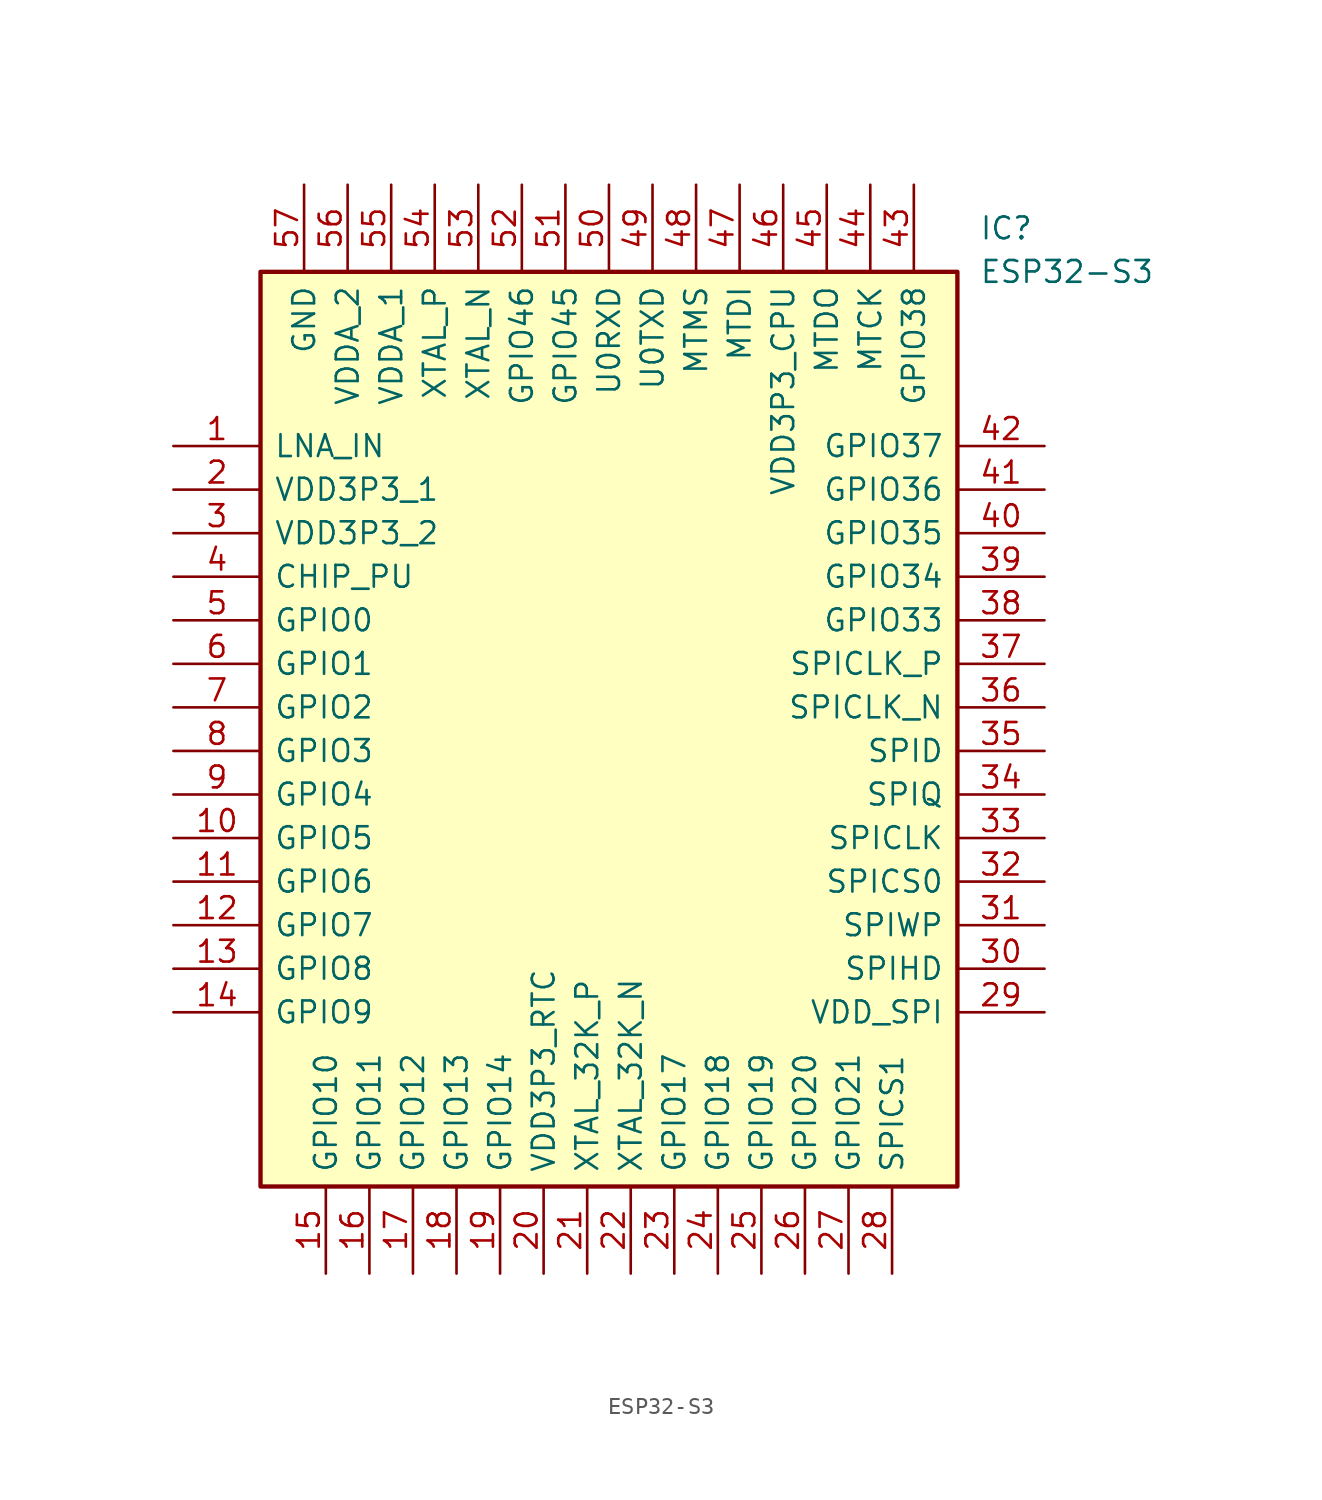
<source format=kicad_sym>
(kicad_symbol_lib
  (version 20211014)
  (generator kicad_symbol_editor)
  (symbol "ESP32-S3"
    (pin_names
      (offset 0.762))
    (property "Reference" "IC"
      (at 21.59 29.21 0)
      (effects (font (size 1.27 1.27)) (justify left)))
    (property "Value" "ESP32-S3"
      (at 21.59 26.67 0)
      (effects (font (size 1.27 1.27)) (justify left)))
    (symbol "ESP32-S3_0_0"
      (pin bidirectional line (at -25.4 16.51 0) (length 5.08) (name "LNA_IN" (effects (font (size 1.27 1.27)))) (number "1" (effects (font (size 1.27 1.27)))))
      (pin bidirectional line (at -25.4 -6.35 0) (length 5.08) (name "GPIO5" (effects (font (size 1.27 1.27)))) (number "10" (effects (font (size 1.27 1.27)))))
      (pin bidirectional line (at -25.4 -8.89 0) (length 5.08) (name "GPIO6" (effects (font (size 1.27 1.27)))) (number "11" (effects (font (size 1.27 1.27)))))
      (pin bidirectional line (at -25.4 -11.43 0) (length 5.08) (name "GPIO7" (effects (font (size 1.27 1.27)))) (number "12" (effects (font (size 1.27 1.27)))))
      (pin bidirectional line (at -25.4 -13.97 0) (length 5.08) (name "GPIO8" (effects (font (size 1.27 1.27)))) (number "13" (effects (font (size 1.27 1.27)))))
      (pin bidirectional line (at -25.4 -16.51 0) (length 5.08) (name "GPIO9" (effects (font (size 1.27 1.27)))) (number "14" (effects (font (size 1.27 1.27)))))
      (pin bidirectional line (at -16.51 -31.75 90) (length 5.08) (name "GPIO10" (effects (font (size 1.27 1.27)))) (number "15" (effects (font (size 1.27 1.27)))))
      (pin bidirectional line (at -13.97 -31.75 90) (length 5.08) (name "GPIO11" (effects (font (size 1.27 1.27)))) (number "16" (effects (font (size 1.27 1.27)))))
      (pin bidirectional line (at -11.43 -31.75 90) (length 5.08) (name "GPIO12" (effects (font (size 1.27 1.27)))) (number "17" (effects (font (size 1.27 1.27)))))
      (pin bidirectional line (at -8.89 -31.75 90) (length 5.08) (name "GPIO13" (effects (font (size 1.27 1.27)))) (number "18" (effects (font (size 1.27 1.27)))))
      (pin bidirectional line (at -6.35 -31.75 90) (length 5.08) (name "GPIO14" (effects (font (size 1.27 1.27)))) (number "19" (effects (font (size 1.27 1.27)))))
      (pin power_in line (at -25.4 13.97 0) (length 5.08) (name "VDD3P3_1" (effects (font (size 1.27 1.27)))) (number "2" (effects (font (size 1.27 1.27)))))
      (pin power_in line (at -3.81 -31.75 90) (length 5.08) (name "VDD3P3_RTC" (effects (font (size 1.27 1.27)))) (number "20" (effects (font (size 1.27 1.27)))))
      (pin bidirectional line (at -1.27 -31.75 90) (length 5.08) (name "XTAL_32K_P" (effects (font (size 1.27 1.27)))) (number "21" (effects (font (size 1.27 1.27)))))
      (pin bidirectional line (at 1.27 -31.75 90) (length 5.08) (name "XTAL_32K_N" (effects (font (size 1.27 1.27)))) (number "22" (effects (font (size 1.27 1.27)))))
      (pin bidirectional line (at 3.81 -31.75 90) (length 5.08) (name "GPIO17" (effects (font (size 1.27 1.27)))) (number "23" (effects (font (size 1.27 1.27)))))
      (pin bidirectional line (at 6.35 -31.75 90) (length 5.08) (name "GPIO18" (effects (font (size 1.27 1.27)))) (number "24" (effects (font (size 1.27 1.27)))))
      (pin bidirectional line (at 8.89 -31.75 90) (length 5.08) (name "GPIO19" (effects (font (size 1.27 1.27)))) (number "25" (effects (font (size 1.27 1.27)))))
      (pin bidirectional line (at 11.43 -31.75 90) (length 5.08) (name "GPIO20" (effects (font (size 1.27 1.27)))) (number "26" (effects (font (size 1.27 1.27)))))
      (pin bidirectional line (at 13.97 -31.75 90) (length 5.08) (name "GPIO21" (effects (font (size 1.27 1.27)))) (number "27" (effects (font (size 1.27 1.27)))))
      (pin bidirectional line (at 16.51 -31.75 90) (length 5.08) (name "SPICS1" (effects (font (size 1.27 1.27)))) (number "28" (effects (font (size 1.27 1.27)))))
      (pin power_out line (at 25.4 -16.51 180) (length 5.08) (name "VDD_SPI" (effects (font (size 1.27 1.27)))) (number "29" (effects (font (size 1.27 1.27)))))
      (pin power_in line (at -25.4 11.43 0) (length 5.08) (name "VDD3P3_2" (effects (font (size 1.27 1.27)))) (number "3" (effects (font (size 1.27 1.27)))))
      (pin bidirectional line (at 25.4 -13.97 180) (length 5.08) (name "SPIHD" (effects (font (size 1.27 1.27)))) (number "30" (effects (font (size 1.27 1.27)))))
      (pin bidirectional line (at 25.4 -11.43 180) (length 5.08) (name "SPIWP" (effects (font (size 1.27 1.27)))) (number "31" (effects (font (size 1.27 1.27)))))
      (pin bidirectional line (at 25.4 -8.89 180) (length 5.08) (name "SPICS0" (effects (font (size 1.27 1.27)))) (number "32" (effects (font (size 1.27 1.27)))))
      (pin bidirectional line (at 25.4 -6.35 180) (length 5.08) (name "SPICLK" (effects (font (size 1.27 1.27)))) (number "33" (effects (font (size 1.27 1.27)))))
      (pin bidirectional line (at 25.4 -3.81 180) (length 5.08) (name "SPIQ" (effects (font (size 1.27 1.27)))) (number "34" (effects (font (size 1.27 1.27)))))
      (pin bidirectional line (at 25.4 -1.27 180) (length 5.08) (name "SPID" (effects (font (size 1.27 1.27)))) (number "35" (effects (font (size 1.27 1.27)))))
      (pin bidirectional line (at 25.4 1.27 180) (length 5.08) (name "SPICLK_N" (effects (font (size 1.27 1.27)))) (number "36" (effects (font (size 1.27 1.27)))))
      (pin bidirectional line (at 25.4 3.81 180) (length 5.08) (name "SPICLK_P" (effects (font (size 1.27 1.27)))) (number "37" (effects (font (size 1.27 1.27)))))
      (pin bidirectional line (at 25.4 6.35 180) (length 5.08) (name "GPIO33" (effects (font (size 1.27 1.27)))) (number "38" (effects (font (size 1.27 1.27)))))
      (pin bidirectional line (at 25.4 8.89 180) (length 5.08) (name "GPIO34" (effects (font (size 1.27 1.27)))) (number "39" (effects (font (size 1.27 1.27)))))
      (pin input line (at -25.4 8.89 0) (length 5.08) (name "CHIP_PU" (effects (font (size 1.27 1.27)))) (number "4" (effects (font (size 1.27 1.27)))))
      (pin bidirectional line (at 25.4 11.43 180) (length 5.08) (name "GPIO35" (effects (font (size 1.27 1.27)))) (number "40" (effects (font (size 1.27 1.27)))))
      (pin bidirectional line (at 25.4 13.97 180) (length 5.08) (name "GPIO36" (effects (font (size 1.27 1.27)))) (number "41" (effects (font (size 1.27 1.27)))))
      (pin bidirectional line (at 25.4 16.51 180) (length 5.08) (name "GPIO37" (effects (font (size 1.27 1.27)))) (number "42" (effects (font (size 1.27 1.27)))))
      (pin bidirectional line (at 17.78 31.75 270) (length 5.08) (name "GPIO38" (effects (font (size 1.27 1.27)))) (number "43" (effects (font (size 1.27 1.27)))))
      (pin bidirectional line (at 15.24 31.75 270) (length 5.08) (name "MTCK" (effects (font (size 1.27 1.27)))) (number "44" (effects (font (size 1.27 1.27)))))
      (pin bidirectional line (at 12.7 31.75 270) (length 5.08) (name "MTDO" (effects (font (size 1.27 1.27)))) (number "45" (effects (font (size 1.27 1.27)))))
      (pin power_in line (at 10.16 31.75 270) (length 5.08) (name "VDD3P3_CPU" (effects (font (size 1.27 1.27)))) (number "46" (effects (font (size 1.27 1.27)))))
      (pin bidirectional line (at 7.62 31.75 270) (length 5.08) (name "MTDI" (effects (font (size 1.27 1.27)))) (number "47" (effects (font (size 1.27 1.27)))))
      (pin bidirectional line (at 5.08 31.75 270) (length 5.08) (name "MTMS" (effects (font (size 1.27 1.27)))) (number "48" (effects (font (size 1.27 1.27)))))
      (pin bidirectional line (at 2.54 31.75 270) (length 5.08) (name "U0TXD" (effects (font (size 1.27 1.27)))) (number "49" (effects (font (size 1.27 1.27)))))
      (pin bidirectional line (at -25.4 6.35 0) (length 5.08) (name "GPIO0" (effects (font (size 1.27 1.27)))) (number "5" (effects (font (size 1.27 1.27)))))
      (pin bidirectional line (at 0 31.75 270) (length 5.08) (name "U0RXD" (effects (font (size 1.27 1.27)))) (number "50" (effects (font (size 1.27 1.27)))))
      (pin bidirectional line (at -2.54 31.75 270) (length 5.08) (name "GPIO45" (effects (font (size 1.27 1.27)))) (number "51" (effects (font (size 1.27 1.27)))))
      (pin passive line (at -5.08 31.75 270) (length 5.08) (name "GPIO46" (effects (font (size 1.27 1.27)))) (number "52" (effects (font (size 1.27 1.27)))))
      (pin output line (at -7.62 31.75 270) (length 5.08) (name "XTAL_N" (effects (font (size 1.27 1.27)))) (number "53" (effects (font (size 1.27 1.27)))))
      (pin input line (at -10.16 31.75 270) (length 5.08) (name "XTAL_P" (effects (font (size 1.27 1.27)))) (number "54" (effects (font (size 1.27 1.27)))))
      (pin power_in line (at -12.7 31.75 270) (length 5.08) (name "VDDA_1" (effects (font (size 1.27 1.27)))) (number "55" (effects (font (size 1.27 1.27)))))
      (pin power_in line (at -15.24 31.75 270) (length 5.08) (name "VDDA_2" (effects (font (size 1.27 1.27)))) (number "56" (effects (font (size 1.27 1.27)))))
      (pin power_in line (at -17.78 31.75 270) (length 5.08) (name "GND" (effects (font (size 1.27 1.27)))) (number "57" (effects (font (size 1.27 1.27)))))
      (pin bidirectional line (at -25.4 3.81 0) (length 5.08) (name "GPIO1" (effects (font (size 1.27 1.27)))) (number "6" (effects (font (size 1.27 1.27)))))
      (pin bidirectional line (at -25.4 1.27 0) (length 5.08) (name "GPIO2" (effects (font (size 1.27 1.27)))) (number "7" (effects (font (size 1.27 1.27)))))
      (pin bidirectional line (at -25.4 -1.27 0) (length 5.08) (name "GPIO3" (effects (font (size 1.27 1.27)))) (number "8" (effects (font (size 1.27 1.27)))))
      (pin bidirectional line (at -25.4 -3.81 0) (length 5.08) (name "GPIO4" (effects (font (size 1.27 1.27)))) (number "9" (effects (font (size 1.27 1.27))))))
    (symbol "ESP32-S3_0_1"
      (polyline (pts (xy -20.32 26.67) (xy 20.32 26.67) (xy 20.32 -26.67) (xy -20.32 -26.67) (xy -20.32 26.67)) (stroke (width 0.254) (type default) (color 0 0 0 0)) (fill (type background))))))
</source>
